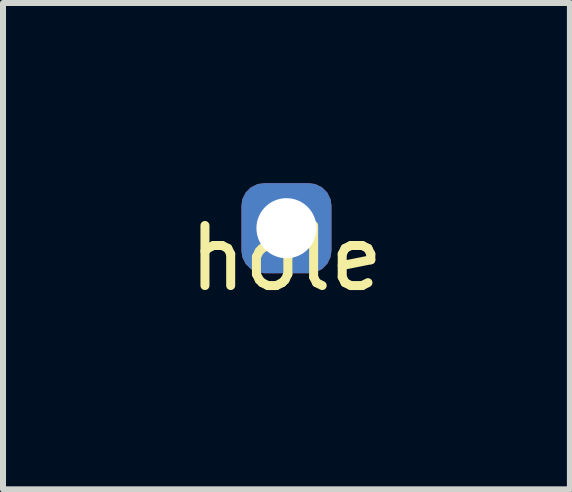
<source format=kicad_pcb>
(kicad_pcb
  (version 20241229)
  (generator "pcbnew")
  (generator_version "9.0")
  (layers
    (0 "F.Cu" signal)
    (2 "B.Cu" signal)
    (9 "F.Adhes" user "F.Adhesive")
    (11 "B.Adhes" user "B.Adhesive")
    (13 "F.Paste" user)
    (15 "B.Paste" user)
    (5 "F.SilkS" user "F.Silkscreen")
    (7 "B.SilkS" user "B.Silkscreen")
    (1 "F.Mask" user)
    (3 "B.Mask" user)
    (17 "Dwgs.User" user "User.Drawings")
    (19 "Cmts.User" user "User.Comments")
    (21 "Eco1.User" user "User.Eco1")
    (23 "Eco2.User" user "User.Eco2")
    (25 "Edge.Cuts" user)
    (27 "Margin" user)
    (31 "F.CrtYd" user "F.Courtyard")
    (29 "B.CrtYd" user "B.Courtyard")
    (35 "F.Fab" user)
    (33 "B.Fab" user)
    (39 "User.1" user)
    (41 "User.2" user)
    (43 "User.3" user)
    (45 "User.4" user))
  (footprint "hole"
    (layer "F.Cu")
    (at 1.72 0.75)
    (property "Reference" "hole" (at 0 0.5 0) (layer "F.SilkS") (effects (font (size 1 1) (thickness 0.15))))
    (attr through_hole)
    (pad "1" thru_hole roundrect (at 0 0) (size 1.5 1.5) (drill 1) (layers "*.Cu" "*.Mask") (roundrect_rratio 0.25)))
  (gr_rect
    (start -3 -3)
    (end 6.44 5.098)
    (stroke (width 0.1) (type default))
    (fill no)
    (layer "Edge.Cuts")))
</source>
